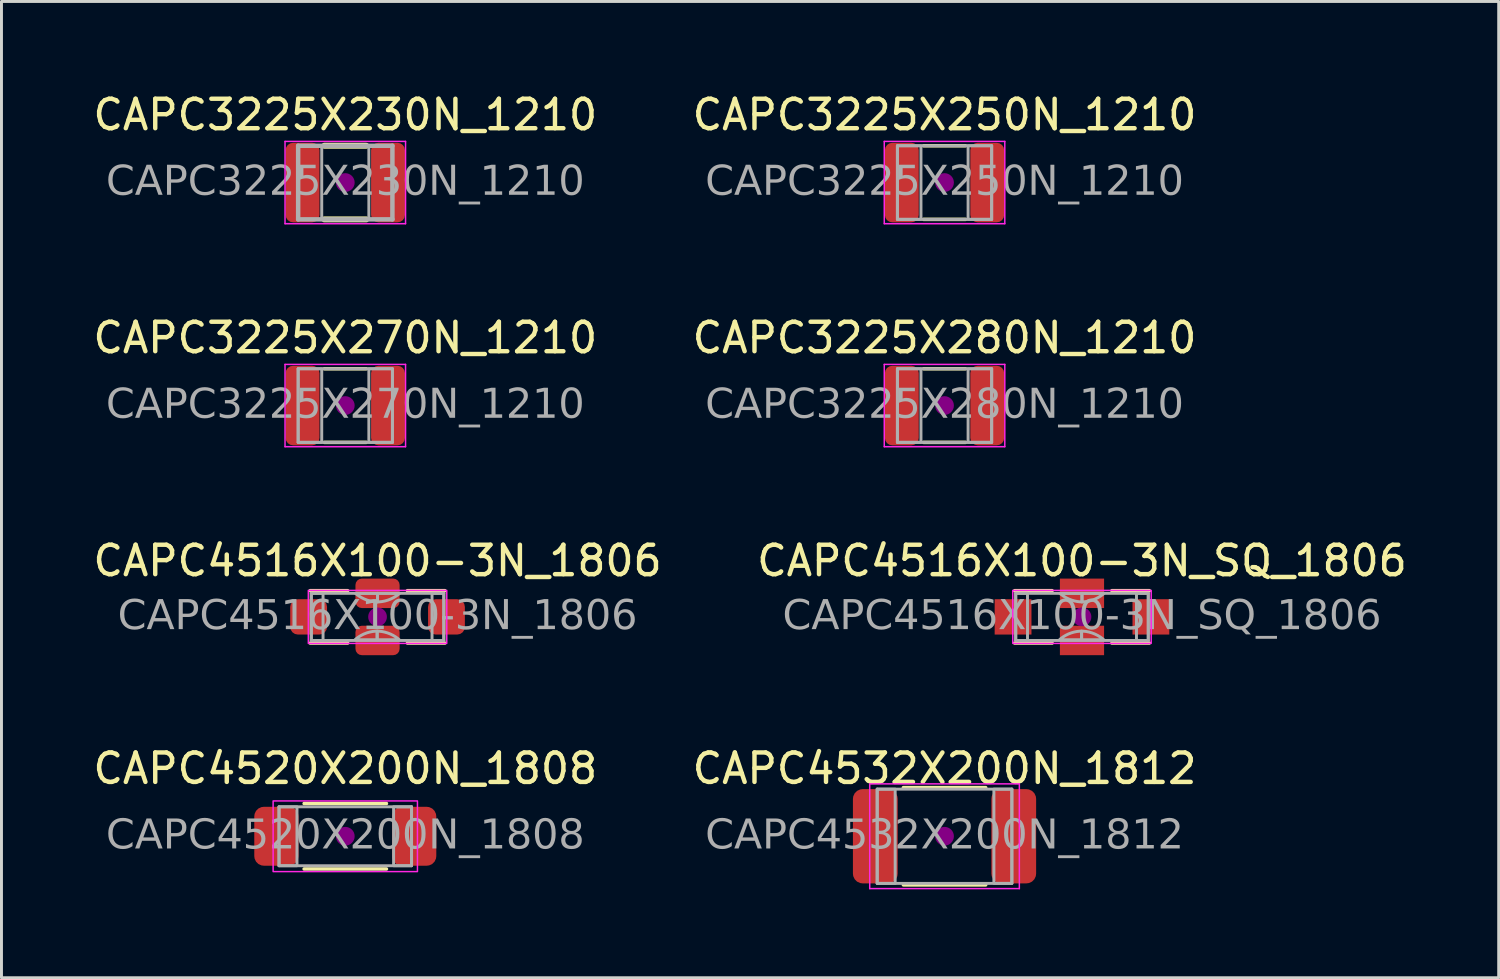
<source format=kicad_pcb>
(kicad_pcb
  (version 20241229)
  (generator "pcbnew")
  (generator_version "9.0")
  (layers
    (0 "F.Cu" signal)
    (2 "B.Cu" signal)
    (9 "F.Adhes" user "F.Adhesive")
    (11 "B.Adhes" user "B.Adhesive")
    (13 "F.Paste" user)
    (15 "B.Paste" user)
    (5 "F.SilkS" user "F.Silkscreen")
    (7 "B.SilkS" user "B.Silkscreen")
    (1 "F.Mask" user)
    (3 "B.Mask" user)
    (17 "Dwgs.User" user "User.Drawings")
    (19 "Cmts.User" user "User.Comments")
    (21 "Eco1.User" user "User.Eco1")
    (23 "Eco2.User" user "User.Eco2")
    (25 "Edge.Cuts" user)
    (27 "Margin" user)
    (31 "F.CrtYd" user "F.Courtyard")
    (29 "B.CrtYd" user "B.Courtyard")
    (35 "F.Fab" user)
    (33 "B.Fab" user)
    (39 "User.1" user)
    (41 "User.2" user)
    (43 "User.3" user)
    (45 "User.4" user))
  (footprint "CAPC4516X100-3N_1806"
    (layer "F.Cu")
    (at 9.768 17.894)
    (property "Reference" "CAPC4516X100-3N_1806" (at 0 -1.905 0) (layer "F.SilkS") (effects (font (size 1 1) (thickness 0.15))))
    (attr smd)
    (fp_line (start -2.286 -0.889) (end -1.016 -0.889) (stroke (width 0.12) (type solid)) (layer "F.SilkS"))
    (fp_line (start -2.286 0.889) (end -1.016 0.889) (stroke (width 0.12) (type solid)) (layer "F.SilkS"))
    (fp_line (start 1.016 -0.889) (end 2.286 -0.889) (stroke (width 0.12) (type solid)) (layer "F.SilkS"))
    (fp_line (start 1.016 0.889) (end 2.286 0.889) (stroke (width 0.12) (type solid)) (layer "F.SilkS"))
    (fp_circle (center 0 0) (end 0.318 0) (stroke (width 0) (type solid)) (fill yes) (layer "F.Adhes"))
    (fp_rect (start -2.35 -0.9) (end 2.35 0.9) (stroke (width 0.05) (type default)) (fill no) (layer "F.CrtYd"))
    (fp_line (start -2.25 -0.8) (end 2.25 -0.8) (stroke (width 0.1) (type solid)) (layer "F.Fab"))
    (fp_line (start -2.25 0.8) (end -2.25 -0.8) (stroke (width 0.1) (type solid)) (layer "F.Fab"))
    (fp_line (start 2.25 -0.8) (end 2.25 0.8) (stroke (width 0.1) (type solid)) (layer "F.Fab"))
    (fp_line (start 2.25 0.8) (end -2.25 0.8) (stroke (width 0.1) (type solid)) (layer "F.Fab"))
    (fp_rect (start -2.25 -0.8) (end -1.85 0.8) (stroke (width 0.1) (type solid)) (fill no) (layer "F.Fab"))
    (fp_rect (start 1.85 -0.8) (end 2.25 0.8) (stroke (width 0.1) (type solid)) (fill no) (layer "F.Fab"))
    (fp_poly (pts (arc (start -0.013225 0.482985) (mid -0.414123 0.562465) (end -0.763222 0.774982)) (xy -0.013 0.775)) (stroke (width 0.1) (type solid)) (fill no) (layer "F.Fab"))
    (fp_poly (pts (arc (start -0.013225 0.482985) (mid 0.387673 0.562463) (end 0.736772 0.774982)) (xy -0.013 0.775)) (stroke (width 0.1) (type solid)) (fill no) (layer "F.Fab"))
    (fp_poly (pts (arc (start 0 -0.508001) (mid -0.400898 -0.587481) (end -0.749997 -0.8)) (xy 0 -0.8)) (stroke (width 0.1) (type solid)) (fill no) (layer "F.Fab"))
    (fp_poly (pts (arc (start 0 -0.508001) (mid 0.400898 -0.587481) (end 0.749997 -0.8)) (xy 0 -0.8)) (stroke (width 0.1) (type solid)) (fill no) (layer "F.Fab"))
    (fp_text user "${REFERENCE}" (at 0 0 0) (layer "F.Fab") (effects (font (face "Tahoma") (size 1 1) (thickness 0.15))))
    (pad "1" smd roundrect (at -2.34 0) (size 1.25 1.2) (layers "F.Cu" "F.Mask" "F.Paste") (roundrect_rratio 0.217))
    (pad "2" smd roundrect (at 0 -0.8) (size 1.5 1) (layers "F.Cu" "F.Mask" "F.Paste") (roundrect_rratio 0.217))
    (pad "2" smd roundrect (at 0 0.8) (size 1.5 1) (layers "F.Cu" "F.Mask" "F.Paste") (roundrect_rratio 0.217))
    (pad "3" smd roundrect (at 2.34 0) (size 1.25 1.2) (layers "F.Cu" "F.Mask" "F.Paste") (roundrect_rratio 0.217)))
  (footprint "CAPC3225X280N_1210"
    (layer "F.Cu")
    (at 29.018 10.719)
    (property "Reference" "CAPC3225X280N_1210" (at 0 -2.3 0) (layer "F.SilkS") (effects (font (size 1 1) (thickness 0.15))))
    (attr smd)
    (fp_line (start -0.711 -1.25) (end 0.711 -1.25) (stroke (width 0.12) (type solid)) (layer "F.SilkS"))
    (fp_line (start -0.711 1.25) (end 0.711 1.25) (stroke (width 0.12) (type solid)) (layer "F.SilkS"))
    (fp_circle (center 0 0) (end 0.318 0) (stroke (width 0) (type solid)) (fill yes) (layer "F.Adhes"))
    (fp_line (start -2.046 -1.397) (end 2.046 -1.397) (stroke (width 0.05) (type solid)) (layer "F.CrtYd"))
    (fp_line (start -2.046 1.397) (end -2.046 -1.397) (stroke (width 0.05) (type solid)) (layer "F.CrtYd"))
    (fp_line (start 2.046 -1.397) (end 2.046 1.397) (stroke (width 0.05) (type solid)) (layer "F.CrtYd"))
    (fp_line (start 2.046 1.397) (end -2.046 1.397) (stroke (width 0.05) (type solid)) (layer "F.CrtYd"))
    (fp_line (start -1.6 -1.25) (end 1.6 -1.25) (stroke (width 0.1) (type solid)) (layer "F.Fab"))
    (fp_line (start -1.6 1.25) (end -1.6 -1.25) (stroke (width 0.1) (type solid)) (layer "F.Fab"))
    (fp_line (start 1.6 -1.25) (end 1.6 1.25) (stroke (width 0.1) (type solid)) (layer "F.Fab"))
    (fp_line (start 1.6 1.25) (end -1.6 1.25) (stroke (width 0.1) (type solid)) (layer "F.Fab"))
    (fp_rect (start -1.6 -1.25) (end -0.8 1.25) (stroke (width 0.1) (type solid)) (fill no) (layer "F.Fab"))
    (fp_rect (start 0.8 -1.25) (end 1.6 1.25) (stroke (width 0.1) (type solid)) (fill no) (layer "F.Fab"))
    (fp_text user "${REFERENCE}" (at 0 0 0) (layer "F.Fab") (effects (font (face "Tahoma") (size 1 1) (thickness 0.15))))
    (pad "1" smd roundrect (at -1.45 0) (size 1.15 2.7) (layers "F.Cu" "F.Mask" "F.Paste") (roundrect_rratio 0.217))
    (pad "2" smd roundrect (at 1.45 0) (size 1.15 2.7) (layers "F.Cu" "F.Mask" "F.Paste") (roundrect_rratio 0.217)))
  (footprint "CAPC3225X230N_1210"
    (layer "F.Cu")
    (at 8.673 3.148)
    (property "Reference" "CAPC3225X230N_1210" (at 0 -2.3 0) (layer "F.SilkS") (effects (font (size 1 1) (thickness 0.15))))
    (attr smd)
    (fp_line (start -0.711 -1.25) (end 0.711 -1.25) (stroke (width 0.203) (type solid)) (layer "F.SilkS"))
    (fp_line (start -0.711 1.25) (end 0.711 1.25) (stroke (width 0.203) (type solid)) (layer "F.SilkS"))
    (fp_circle (center 0 0) (end 0.318 0) (stroke (width 0) (type solid)) (fill yes) (layer "F.Adhes"))
    (fp_line (start -2.046 -1.397) (end 2.046 -1.397) (stroke (width 0.05) (type solid)) (layer "F.CrtYd"))
    (fp_line (start -2.046 1.397) (end -2.046 -1.397) (stroke (width 0.05) (type solid)) (layer "F.CrtYd"))
    (fp_line (start 2.046 -1.397) (end 2.046 1.397) (stroke (width 0.05) (type solid)) (layer "F.CrtYd"))
    (fp_line (start 2.046 1.397) (end -2.046 1.397) (stroke (width 0.05) (type solid)) (layer "F.CrtYd"))
    (fp_line (start -1.6 -1.25) (end 1.6 -1.25) (stroke (width 0.152) (type solid)) (layer "F.Fab"))
    (fp_line (start -1.6 1.25) (end -1.6 -1.25) (stroke (width 0.152) (type solid)) (layer "F.Fab"))
    (fp_line (start 1.6 -1.25) (end 1.6 1.25) (stroke (width 0.152) (type solid)) (layer "F.Fab"))
    (fp_line (start 1.6 1.25) (end -1.6 1.25) (stroke (width 0.152) (type solid)) (layer "F.Fab"))
    (fp_rect (start -1.6 -1.25) (end -0.8 1.25) (stroke (width 0.1) (type solid)) (fill no) (layer "F.Fab"))
    (fp_rect (start 0.8 -1.25) (end 1.6 1.25) (stroke (width 0.1) (type solid)) (fill no) (layer "F.Fab"))
    (fp_text user "${REFERENCE}" (at 0 0 0) (layer "F.Fab") (effects (font (face "Tahoma") (size 1 1) (thickness 0.15))))
    (pad "1" smd roundrect (at -1.45 0) (size 1.15 2.7) (layers "F.Cu" "F.Mask" "F.Paste") (roundrect_rratio 0.217))
    (pad "2" smd roundrect (at 1.45 0) (size 1.15 2.7) (layers "F.Cu" "F.Mask" "F.Paste") (roundrect_rratio 0.217)))
  (footprint "CAPC3225X270N_1210"
    (layer "F.Cu")
    (at 8.673 10.719)
    (property "Reference" "CAPC3225X270N_1210" (at 0 -2.3 0) (layer "F.SilkS") (effects (font (size 1 1) (thickness 0.15))))
    (attr smd)
    (fp_line (start -0.711 -1.25) (end 0.711 -1.25) (stroke (width 0.12) (type solid)) (layer "F.SilkS"))
    (fp_line (start -0.711 1.25) (end 0.711 1.25) (stroke (width 0.12) (type solid)) (layer "F.SilkS"))
    (fp_circle (center 0 0) (end 0.318 0) (stroke (width 0) (type solid)) (fill yes) (layer "F.Adhes"))
    (fp_line (start -2.046 -1.397) (end 2.046 -1.397) (stroke (width 0.05) (type solid)) (layer "F.CrtYd"))
    (fp_line (start -2.046 1.397) (end -2.046 -1.397) (stroke (width 0.05) (type solid)) (layer "F.CrtYd"))
    (fp_line (start 2.046 -1.397) (end 2.046 1.397) (stroke (width 0.05) (type solid)) (layer "F.CrtYd"))
    (fp_line (start 2.046 1.397) (end -2.046 1.397) (stroke (width 0.05) (type solid)) (layer "F.CrtYd"))
    (fp_line (start -1.6 -1.25) (end 1.6 -1.25) (stroke (width 0.1) (type solid)) (layer "F.Fab"))
    (fp_line (start -1.6 1.25) (end -1.6 -1.25) (stroke (width 0.1) (type solid)) (layer "F.Fab"))
    (fp_line (start 1.6 -1.25) (end 1.6 1.25) (stroke (width 0.1) (type solid)) (layer "F.Fab"))
    (fp_line (start 1.6 1.25) (end -1.6 1.25) (stroke (width 0.1) (type solid)) (layer "F.Fab"))
    (fp_rect (start -1.6 -1.25) (end -0.8 1.25) (stroke (width 0.1) (type solid)) (fill no) (layer "F.Fab"))
    (fp_rect (start 0.8 -1.25) (end 1.6 1.25) (stroke (width 0.1) (type solid)) (fill no) (layer "F.Fab"))
    (fp_text user "${REFERENCE}" (at 0 0 0) (layer "F.Fab") (effects (font (face "Tahoma") (size 1 1) (thickness 0.15))))
    (pad "1" smd roundrect (at -1.45 0) (size 1.15 2.7) (layers "F.Cu" "F.Mask" "F.Paste") (roundrect_rratio 0.217))
    (pad "2" smd roundrect (at 1.45 0) (size 1.15 2.7) (layers "F.Cu" "F.Mask" "F.Paste") (roundrect_rratio 0.217)))
  (footprint "CAPC4516X100-3N_SQ_1806"
    (layer "F.Cu")
    (at 33.685 17.894)
    (property "Reference" "CAPC4516X100-3N_SQ_1806" (at 0 -1.905 0) (layer "F.SilkS") (effects (font (size 1 1) (thickness 0.15))))
    (attr smd)
    (fp_line (start -2.286 -0.889) (end -1.016 -0.889) (stroke (width 0.12) (type solid)) (layer "F.SilkS"))
    (fp_line (start -2.286 0.889) (end -1.016 0.889) (stroke (width 0.12) (type solid)) (layer "F.SilkS"))
    (fp_line (start 1.016 -0.889) (end 2.286 -0.889) (stroke (width 0.12) (type solid)) (layer "F.SilkS"))
    (fp_line (start 1.016 0.889) (end 2.286 0.889) (stroke (width 0.12) (type solid)) (layer "F.SilkS"))
    (fp_circle (center 0 0) (end 0.318 0) (stroke (width 0) (type solid)) (fill yes) (layer "F.Adhes"))
    (fp_rect (start -2.35 -0.9) (end 2.35 0.9) (stroke (width 0.05) (type default)) (fill no) (layer "F.CrtYd"))
    (fp_line (start -2.25 -0.8) (end 2.25 -0.8) (stroke (width 0.1) (type solid)) (layer "F.Fab"))
    (fp_line (start -2.25 0.8) (end -2.25 -0.8) (stroke (width 0.1) (type solid)) (layer "F.Fab"))
    (fp_line (start 2.25 -0.8) (end 2.25 0.8) (stroke (width 0.1) (type solid)) (layer "F.Fab"))
    (fp_line (start 2.25 0.8) (end -2.25 0.8) (stroke (width 0.1) (type solid)) (layer "F.Fab"))
    (fp_rect (start -2.25 -0.8) (end -1.85 0.8) (stroke (width 0.1) (type solid)) (fill no) (layer "F.Fab"))
    (fp_rect (start 1.85 -0.8) (end 2.25 0.8) (stroke (width 0.1) (type solid)) (fill no) (layer "F.Fab"))
    (fp_poly (pts (arc (start -0.013225 0.482985) (mid -0.414123 0.562465) (end -0.763222 0.774982)) (xy -0.013 0.775)) (stroke (width 0.1) (type solid)) (fill no) (layer "F.Fab"))
    (fp_poly (pts (arc (start -0.013225 0.482985) (mid 0.387673 0.562463) (end 0.736772 0.774982)) (xy -0.013 0.775)) (stroke (width 0.1) (type solid)) (fill no) (layer "F.Fab"))
    (fp_poly (pts (arc (start 0 -0.508001) (mid -0.400898 -0.587481) (end -0.749997 -0.8)) (xy 0 -0.8)) (stroke (width 0.1) (type solid)) (fill no) (layer "F.Fab"))
    (fp_poly (pts (arc (start 0 -0.508001) (mid 0.400898 -0.587481) (end 0.749997 -0.8)) (xy 0 -0.8)) (stroke (width 0.1) (type solid)) (fill no) (layer "F.Fab"))
    (fp_text user "${REFERENCE}" (at 0 0 0) (layer "F.Fab") (effects (font (face "Tahoma") (size 1 1) (thickness 0.15))))
    (pad "1" smd rect (at -2.34 0) (size 1.25 1.2) (layers "F.Cu" "F.Mask" "F.Paste"))
    (pad "2" smd rect (at 0 -0.8) (size 1.5 1) (layers "F.Cu" "F.Mask" "F.Paste"))
    (pad "2" smd rect (at 0 0.8) (size 1.5 1) (layers "F.Cu" "F.Mask" "F.Paste"))
    (pad "3" smd rect (at 2.34 0) (size 1.25 1.2) (layers "F.Cu" "F.Mask" "F.Paste")))
  (footprint "CAPC4520X200N_1808"
    (layer "F.Cu")
    (at 8.673 25.342)
    (property "Reference" "CAPC4520X200N_1808" (at 0 -2.3 0) (layer "F.SilkS") (effects (font (size 1 1) (thickness 0.15))))
    (attr smd)
    (fp_line (start -1.397 -1.111) (end 1.397 -1.111) (stroke (width 0.12) (type solid)) (layer "F.SilkS"))
    (fp_line (start -1.397 1.111) (end 1.397 1.111) (stroke (width 0.12) (type solid)) (layer "F.SilkS"))
    (fp_circle (center 0 0) (end 0.318 0) (stroke (width 0) (type solid)) (fill yes) (layer "F.Adhes"))
    (fp_rect (start -2.45 -1.2) (end 2.45 1.2) (stroke (width 0.05) (type default)) (fill no) (layer "F.CrtYd"))
    (fp_line (start -2.25 -1) (end 2.25 -1) (stroke (width 0.1) (type solid)) (layer "F.Fab"))
    (fp_line (start -2.25 1) (end -2.25 -1) (stroke (width 0.1) (type solid)) (layer "F.Fab"))
    (fp_line (start 2.25 -1) (end 2.25 1) (stroke (width 0.1) (type solid)) (layer "F.Fab"))
    (fp_line (start 2.25 1) (end -2.25 1) (stroke (width 0.1) (type solid)) (layer "F.Fab"))
    (fp_rect (start -2.25 -1) (end -1.64 1) (stroke (width 0.1) (type solid)) (fill no) (layer "F.Fab"))
    (fp_rect (start 1.64 -1) (end 2.25 1) (stroke (width 0.1) (type solid)) (fill no) (layer "F.Fab"))
    (fp_text user "${REFERENCE}" (at 0 0 0) (layer "F.Fab") (effects (font (face "Tahoma") (size 1 1) (thickness 0.15))))
    (pad "1" smd roundrect (at -2.34 0) (size 1.5 2) (layers "F.Cu" "F.Mask" "F.Paste") (roundrect_rratio 0.217))
    (pad "2" smd roundrect (at 2.34 0) (size 1.5 2) (layers "F.Cu" "F.Mask" "F.Paste") (roundrect_rratio 0.217)))
  (footprint "CAPC3225X250N_1210"
    (layer "F.Cu")
    (at 29.018 3.148)
    (property "Reference" "CAPC3225X250N_1210" (at 0 -2.3 0) (layer "F.SilkS") (effects (font (size 1 1) (thickness 0.15))))
    (attr smd)
    (fp_line (start -0.711 -1.25) (end 0.711 -1.25) (stroke (width 0.12) (type solid)) (layer "F.SilkS"))
    (fp_line (start -0.711 1.25) (end 0.711 1.25) (stroke (width 0.12) (type solid)) (layer "F.SilkS"))
    (fp_circle (center 0 0) (end 0.318 0) (stroke (width 0) (type solid)) (fill yes) (layer "F.Adhes"))
    (fp_line (start -2.046 -1.397) (end 2.046 -1.397) (stroke (width 0.05) (type solid)) (layer "F.CrtYd"))
    (fp_line (start -2.046 1.397) (end -2.046 -1.397) (stroke (width 0.05) (type solid)) (layer "F.CrtYd"))
    (fp_line (start 2.046 -1.397) (end 2.046 1.397) (stroke (width 0.05) (type solid)) (layer "F.CrtYd"))
    (fp_line (start 2.046 1.397) (end -2.046 1.397) (stroke (width 0.05) (type solid)) (layer "F.CrtYd"))
    (fp_line (start -1.6 -1.25) (end 1.6 -1.25) (stroke (width 0.1) (type solid)) (layer "F.Fab"))
    (fp_line (start -1.6 1.25) (end -1.6 -1.25) (stroke (width 0.1) (type solid)) (layer "F.Fab"))
    (fp_line (start 1.6 -1.25) (end 1.6 1.25) (stroke (width 0.1) (type solid)) (layer "F.Fab"))
    (fp_line (start 1.6 1.25) (end -1.6 1.25) (stroke (width 0.1) (type solid)) (layer "F.Fab"))
    (fp_rect (start -1.6 -1.25) (end -0.8 1.25) (stroke (width 0.1) (type solid)) (fill no) (layer "F.Fab"))
    (fp_rect (start 0.8 -1.25) (end 1.6 1.25) (stroke (width 0.1) (type solid)) (fill no) (layer "F.Fab"))
    (fp_text user "${REFERENCE}" (at 0 0 0) (layer "F.Fab") (effects (font (face "Tahoma") (size 1 1) (thickness 0.15))))
    (pad "1" smd roundrect (at -1.45 0) (size 1.15 2.7) (layers "F.Cu" "F.Mask" "F.Paste") (roundrect_rratio 0.217))
    (pad "2" smd roundrect (at 1.45 0) (size 1.15 2.7) (layers "F.Cu" "F.Mask" "F.Paste") (roundrect_rratio 0.217)))
  (footprint "CAPC4532X200N_1812"
    (layer "F.Cu")
    (at 29.018 25.342)
    (property "Reference" "CAPC4532X200N_1812" (at 0 -2.3 0) (layer "F.SilkS") (effects (font (size 1 1) (thickness 0.15))))
    (attr smd)
    (fp_line (start -1.397 -1.651) (end 1.397 -1.651) (stroke (width 0.12) (type solid)) (layer "F.SilkS"))
    (fp_line (start -1.397 1.651) (end 1.397 1.651) (stroke (width 0.12) (type solid)) (layer "F.SilkS"))
    (fp_circle (center 0 0) (end 0.318 0) (stroke (width 0) (type solid)) (fill yes) (layer "F.Adhes"))
    (fp_line (start -2.54 -1.778) (end 2.54 -1.778) (stroke (width 0.05) (type solid)) (layer "F.CrtYd"))
    (fp_line (start -2.54 1.778) (end -2.54 -1.778) (stroke (width 0.05) (type solid)) (layer "F.CrtYd"))
    (fp_line (start 2.54 -1.778) (end 2.54 1.778) (stroke (width 0.05) (type solid)) (layer "F.CrtYd"))
    (fp_line (start 2.54 1.778) (end -2.54 1.778) (stroke (width 0.05) (type solid)) (layer "F.CrtYd"))
    (fp_line (start -2.286 -1.6) (end 2.286 -1.6) (stroke (width 0.1) (type solid)) (layer "F.Fab"))
    (fp_line (start -2.286 1.6) (end -2.286 -1.6) (stroke (width 0.1) (type solid)) (layer "F.Fab"))
    (fp_line (start 2.286 -1.6) (end 2.286 1.6) (stroke (width 0.1) (type solid)) (layer "F.Fab"))
    (fp_line (start 2.286 1.6) (end -2.286 1.6) (stroke (width 0.1) (type solid)) (layer "F.Fab"))
    (fp_rect (start -2.286 -1.6) (end -1.676 1.6) (stroke (width 0.1) (type solid)) (fill no) (layer "F.Fab"))
    (fp_rect (start 1.676 -1.6) (end 2.286 1.6) (stroke (width 0.1) (type solid)) (fill no) (layer "F.Fab"))
    (fp_text user "${REFERENCE}" (at 0 0 0) (layer "F.Fab") (effects (font (face "Tahoma") (size 1 1) (thickness 0.15))))
    (pad "1" smd roundrect (at -2.35 0) (size 1.52 3.2) (layers "F.Cu" "F.Mask" "F.Paste") (roundrect_rratio 0.217))
    (pad "2" smd roundrect (at 2.35 0) (size 1.52 3.2) (layers "F.Cu" "F.Mask" "F.Paste") (roundrect_rratio 0.217)))
  (gr_rect
    (start -3 -3)
    (end 47.833 30.145)
    (stroke (width 0.1) (type default))
    (fill no)
    (layer "Edge.Cuts")))
</source>
